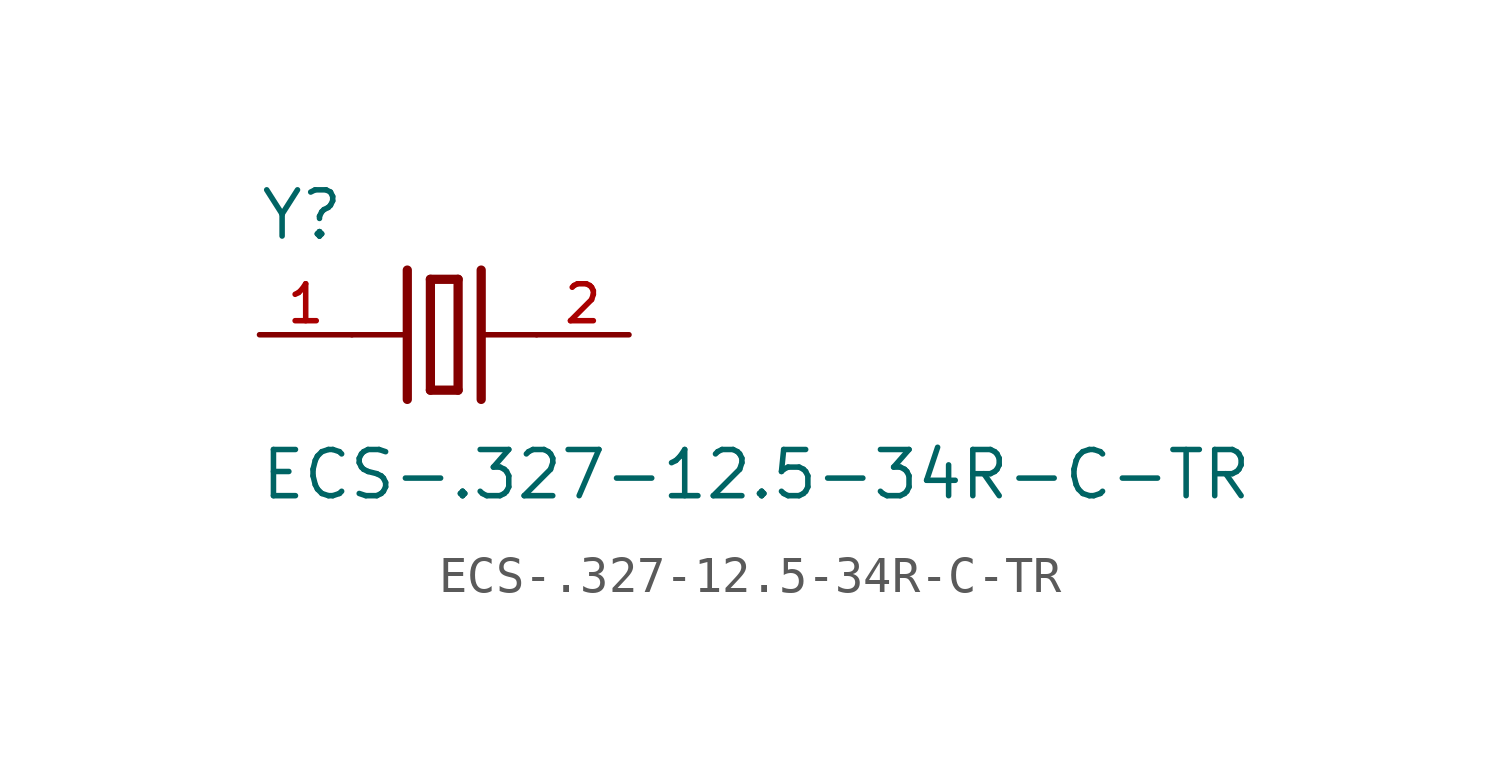
<source format=kicad_sym>
(kicad_symbol_lib
  (version 20211014)
  (generator kicad_symbol_editor)
  (symbol "ECS-.327-12.5-34R-C-TR"
    (pin_names
      (offset 1.016))
    (property "Reference" "Y"
      (at -5.103 2.551 0)
      (effects (font (size 1.27 1.27)) (justify bottom left)))
    (property "Value" "ECS-.327-12.5-34R-C-TR"
      (at -5.099 -4.589 0)
      (effects (font (size 1.27 1.27)) (justify bottom left)))
    (symbol "ECS-.327-12.5-34R-C-TR_0_0"
      (polyline (pts (xy 1.016 0.0) (xy 2.54 0.0)) (stroke (width 0.152)))
      (polyline (pts (xy -2.54 0.0) (xy -1.016 0.0)) (stroke (width 0.152)))
      (polyline (pts (xy -0.381 1.524) (xy -0.381 -1.524)) (stroke (width 0.254)))
      (polyline (pts (xy -0.381 -1.524) (xy 0.381 -1.524)) (stroke (width 0.254)))
      (polyline (pts (xy 0.381 -1.524) (xy 0.381 1.524)) (stroke (width 0.254)))
      (polyline (pts (xy 0.381 1.524) (xy -0.381 1.524)) (stroke (width 0.254)))
      (polyline (pts (xy 1.016 1.778) (xy 1.016 -1.778)) (stroke (width 0.254)))
      (polyline (pts (xy -1.016 1.778) (xy -1.016 -1.778)) (stroke (width 0.254)))
      (pin passive line (at 5.08 0.0 180.0) (length 2.54) (name "~" (effects (font (size 1.016 1.016)))) (number "2" (effects (font (size 1.016 1.016)))))
      (pin passive line (at -5.08 0.0 0) (length 2.54) (name "~" (effects (font (size 1.016 1.016)))) (number "1" (effects (font (size 1.016 1.016))))))))
</source>
